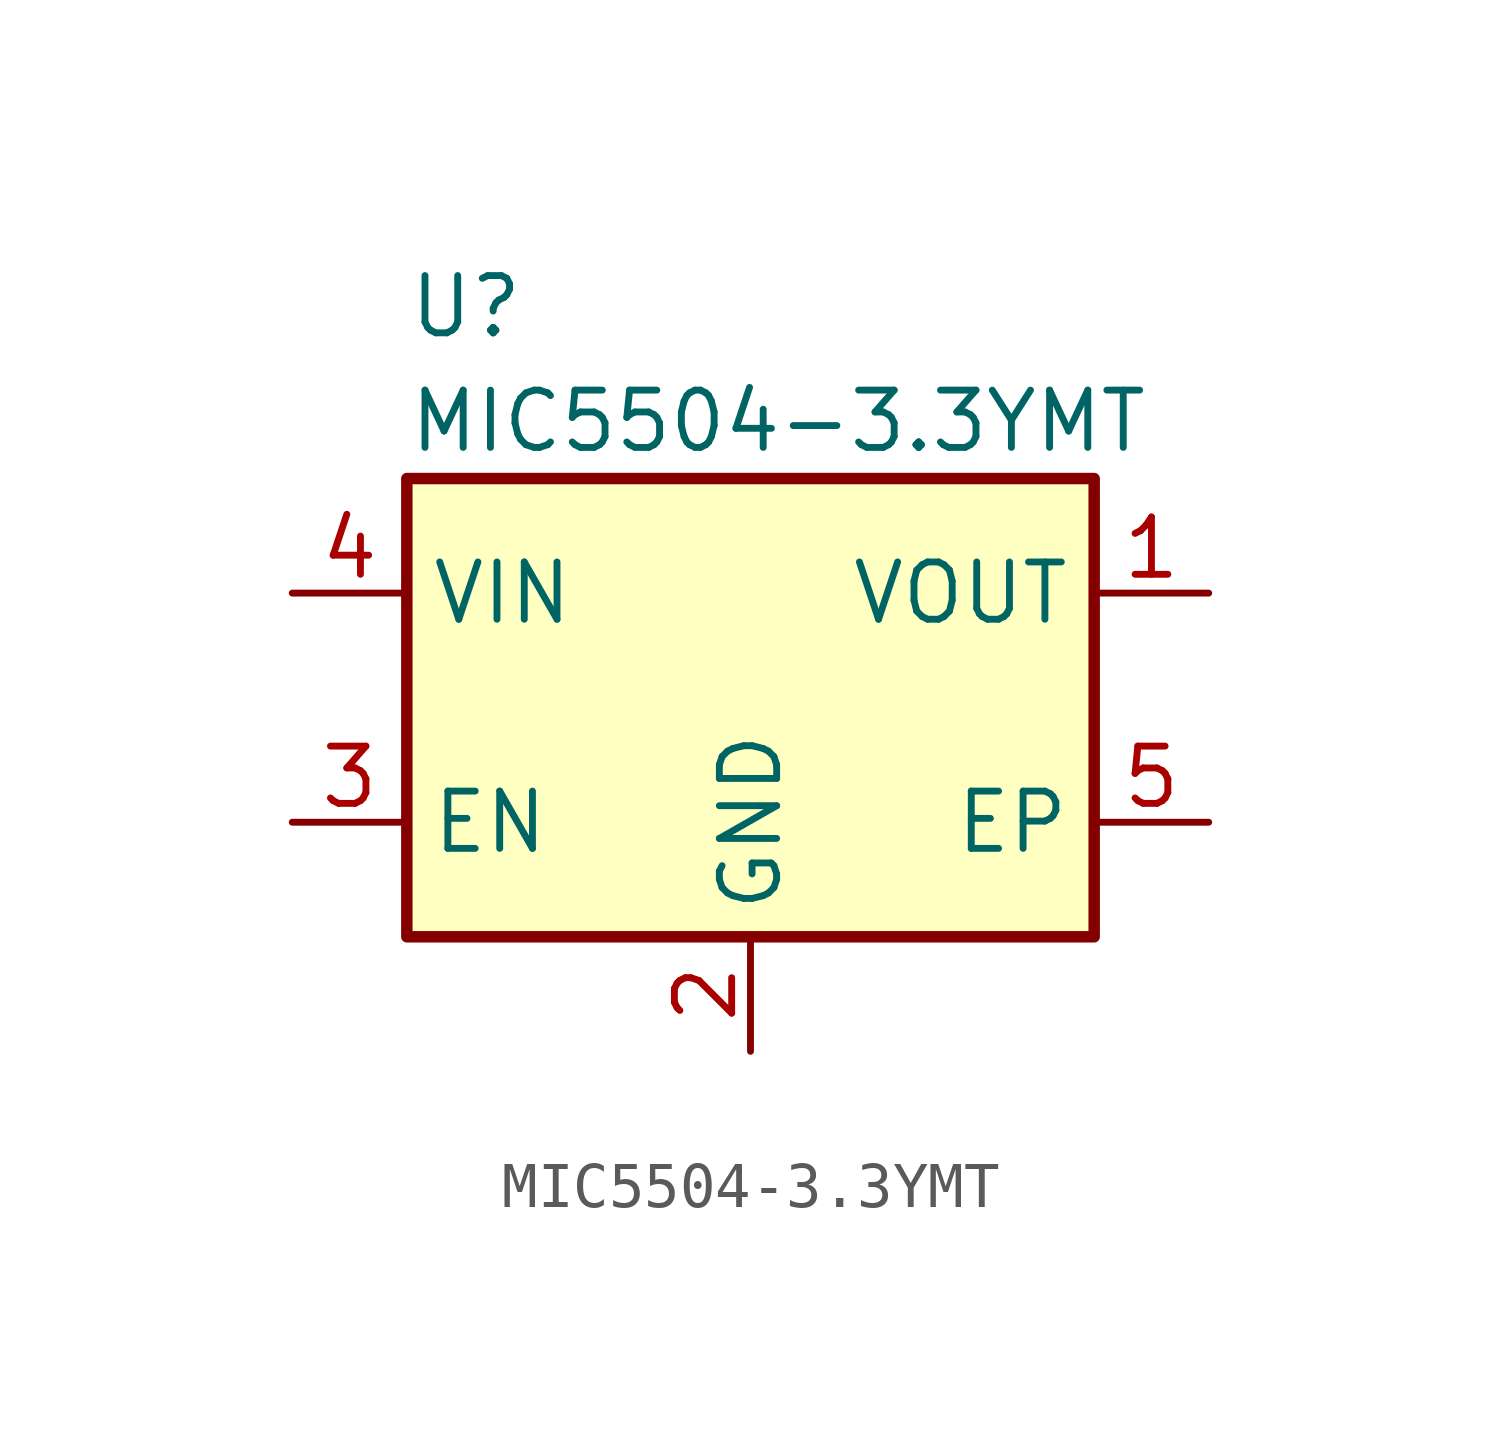
<source format=kicad_sym>
(kicad_symbol_lib
  (version 20211014)
  (generator kicad_symbol_editor)
  (symbol "MIC5504-3.3YMT"
    (property "Reference" "U"
      (at -7.62 8.89 0)
      (effects (font (size 1.27 1.27)) (justify left)))
    (property "Value" "MIC5504-3.3YMT"
      (at -7.62 6.35 0)
      (effects (font (size 1.27 1.27)) (justify left)))
    (symbol "MIC5504-3.3YMT_0_1"
      (rectangle (start -7.62 -5.08) (end 7.62 5.08) (stroke (width 0.254) (type default) (color 0 0 0 0)) (fill (type background))))
    (symbol "MIC5504-3.3YMT_1_1"
      (pin power_out line (at 10.16 2.54 180) (length 2.54) (name "VOUT" (effects (font (size 1.27 1.27)))) (number "1" (effects (font (size 1.27 1.27)))))
      (pin power_in line (at 0 -7.62 90) (length 2.54) (name "GND" (effects (font (size 1.27 1.27)))) (number "2" (effects (font (size 1.27 1.27)))))
      (pin input line (at -10.16 -2.54 0) (length 2.54) (name "EN" (effects (font (size 1.27 1.27)))) (number "3" (effects (font (size 1.27 1.27)))))
      (pin power_in line (at -10.16 2.54 0) (length 2.54) (name "VIN" (effects (font (size 1.27 1.27)))) (number "4" (effects (font (size 1.27 1.27)))))
      (pin power_out line (at 10.16 -2.54 180) (length 2.54) (name "EP" (effects (font (size 1.27 1.27)))) (number "5" (effects (font (size 1.27 1.27))))))))
</source>
